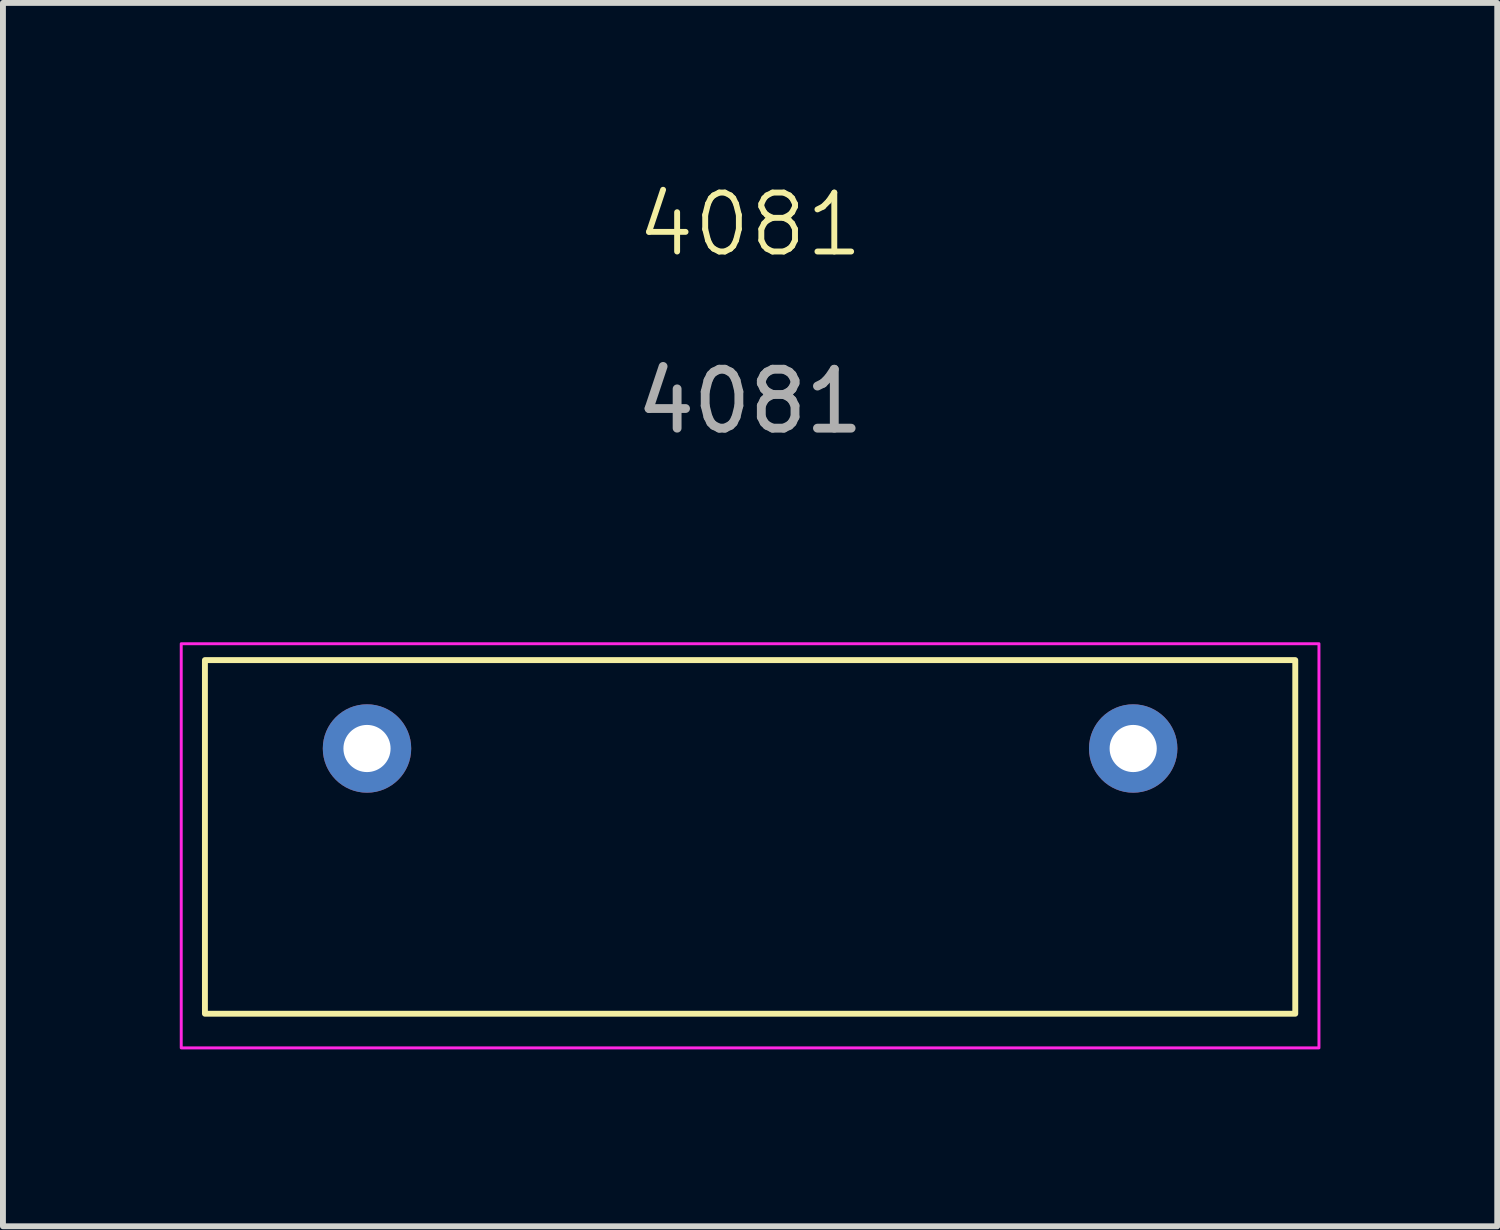
<source format=kicad_pcb>
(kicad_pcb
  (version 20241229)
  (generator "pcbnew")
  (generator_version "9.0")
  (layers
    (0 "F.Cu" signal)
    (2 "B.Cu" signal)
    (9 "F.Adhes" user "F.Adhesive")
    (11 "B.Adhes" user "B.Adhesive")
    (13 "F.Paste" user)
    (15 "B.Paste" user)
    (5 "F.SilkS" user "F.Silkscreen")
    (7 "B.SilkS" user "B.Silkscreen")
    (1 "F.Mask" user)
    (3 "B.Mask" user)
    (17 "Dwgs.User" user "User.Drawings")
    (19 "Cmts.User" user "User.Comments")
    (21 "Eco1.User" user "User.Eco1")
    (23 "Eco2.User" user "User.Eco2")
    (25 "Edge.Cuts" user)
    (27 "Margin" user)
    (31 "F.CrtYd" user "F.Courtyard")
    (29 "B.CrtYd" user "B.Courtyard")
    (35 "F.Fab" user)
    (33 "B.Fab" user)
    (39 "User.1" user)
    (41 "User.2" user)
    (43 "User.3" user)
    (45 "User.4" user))
  (footprint "4081"
    (layer "F.Cu")
    (at 9.677 9.65)
    (property "Reference" "4081" (at 0 -8.89 0) (unlocked yes) (layer "F.SilkS") (effects (font (size 1 1) (thickness 0.1))))
    (attr through_hole)
    (fp_rect (start -9.25 -1.5) (end 9.25 4.5) (stroke (width 0.1) (type default)) (fill no) (layer "F.SilkS"))
    (fp_rect (start -9.652 -1.778) (end 9.652 5.08) (stroke (width 0.05) (type default)) (fill no) (layer "F.CrtYd"))
    (fp_text user "${REFERENCE}" (at 0 -5.89 0) (unlocked yes) (layer "F.Fab") (effects (font (size 1 1) (thickness 0.15))))
    (pad "1" thru_hole circle (at -6.5 0) (size 1.5 1.5) (drill 0.8) (layers "*.Cu" "*.Mask"))
    (pad "2" thru_hole circle (at 6.5 0) (size 1.5 1.5) (drill 0.8) (layers "*.Cu" "*.Mask")))
  (gr_rect
    (start -3 -3)
    (end 22.354 17.756)
    (stroke (width 0.1) (type default))
    (fill no)
    (layer "Edge.Cuts")))
</source>
